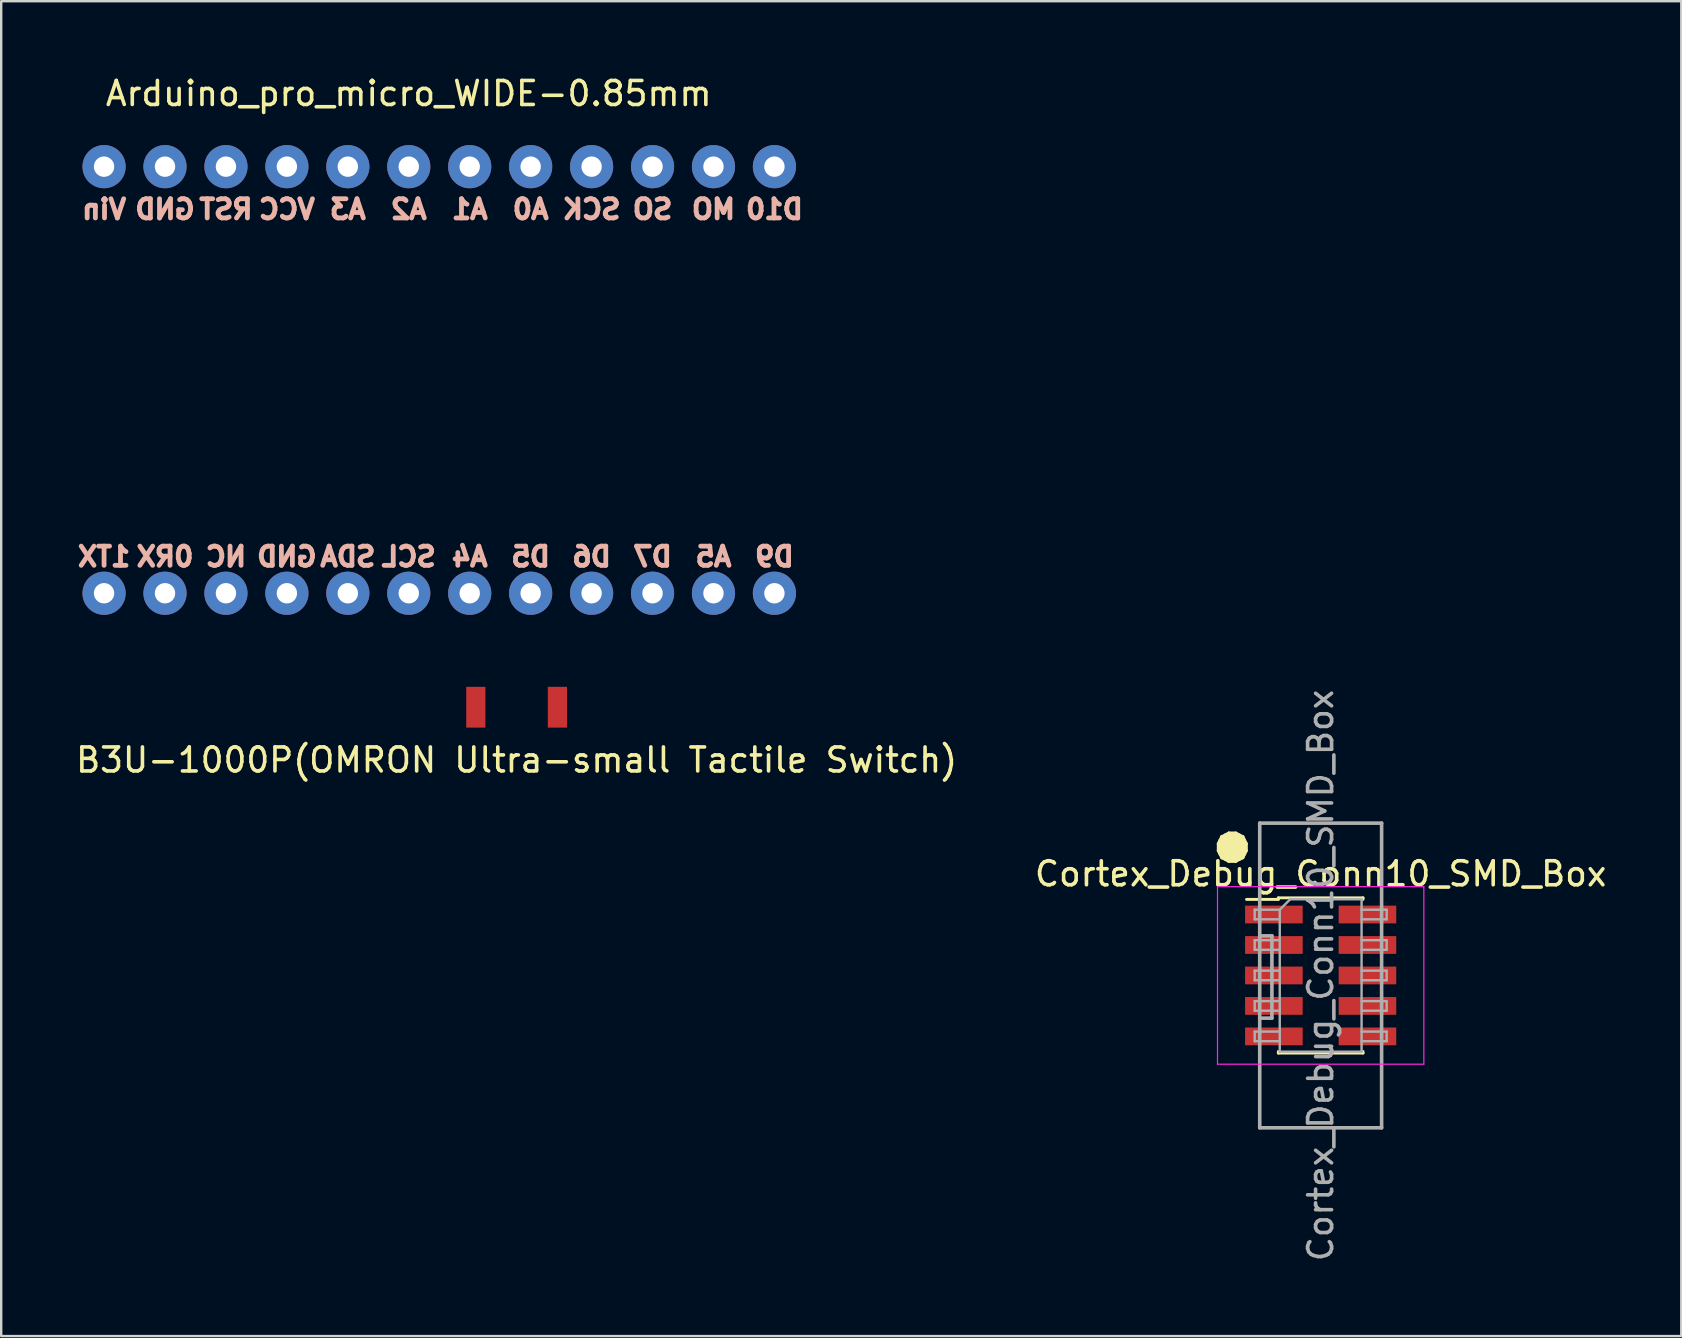
<source format=kicad_pcb>
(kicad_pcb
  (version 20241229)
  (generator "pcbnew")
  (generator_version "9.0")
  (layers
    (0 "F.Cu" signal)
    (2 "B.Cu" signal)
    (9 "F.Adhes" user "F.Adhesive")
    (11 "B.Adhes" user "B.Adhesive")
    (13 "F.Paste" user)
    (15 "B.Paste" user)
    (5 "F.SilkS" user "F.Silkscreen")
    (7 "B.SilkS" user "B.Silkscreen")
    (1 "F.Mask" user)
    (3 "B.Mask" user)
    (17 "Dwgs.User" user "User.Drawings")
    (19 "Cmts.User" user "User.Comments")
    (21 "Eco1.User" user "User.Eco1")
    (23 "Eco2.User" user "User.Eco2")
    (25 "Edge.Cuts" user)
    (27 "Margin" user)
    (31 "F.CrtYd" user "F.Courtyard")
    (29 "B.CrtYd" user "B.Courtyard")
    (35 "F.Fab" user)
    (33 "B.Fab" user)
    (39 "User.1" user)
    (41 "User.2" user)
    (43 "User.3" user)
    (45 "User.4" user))
  (footprint "Arduino_pro_micro_WIDE-0.85mm"
    (layer "F.Cu")
    (at 13.987 11.516)
    (property "Reference" "Arduino_pro_micro_WIDE-0.85mm" (at 0 -10.668 0) (layer "F.SilkS") (effects (font (size 1 1) (thickness 0.15))))
    (attr through_hole)
    (fp_text user "D5" (at 5.08 8.636 0) (layer "B.SilkS") (effects (font (size 0.8 0.8) (thickness 0.2)) (justify mirror)))
    (fp_text user "0RX" (at -10.16 8.636 0) (layer "B.SilkS") (effects (font (size 0.8 0.8) (thickness 0.2)) (justify mirror)))
    (fp_text user "D9" (at 15.24 8.636 0) (layer "B.SilkS") (effects (font (size 0.8 0.8) (thickness 0.2)) (justify mirror)))
    (fp_text user "A2" (at 0 -5.842 0) (layer "B.SilkS") (effects (font (size 0.8 0.8) (thickness 0.2)) (justify mirror)))
    (fp_text user "Vin" (at -12.7 -5.842 0) (layer "B.SilkS") (effects (font (size 0.8 0.8) (thickness 0.2)) (justify mirror)))
    (fp_text user "VCC" (at -5.08 -5.842 0) (layer "B.SilkS") (effects (font (size 0.8 0.8) (thickness 0.2)) (justify mirror)))
    (fp_text user "SO" (at 10.16 -5.842 0) (layer "B.SilkS") (effects (font (size 0.8 0.8) (thickness 0.2)) (justify mirror)))
    (fp_text user "NC" (at -7.62 8.636 0) (layer "B.SilkS") (effects (font (size 0.8 0.8) (thickness 0.2)) (justify mirror)))
    (fp_text user "RST" (at -7.62 -5.842 0) (layer "B.SilkS") (effects (font (size 0.8 0.8) (thickness 0.2)) (justify mirror)))
    (fp_text user "SCK" (at 7.62 -5.842 0) (layer "B.SilkS") (effects (font (size 0.8 0.8) (thickness 0.2)) (justify mirror)))
    (fp_text user "D6" (at 7.62 8.636 0) (layer "B.SilkS") (effects (font (size 0.8 0.8) (thickness 0.2)) (justify mirror)))
    (fp_text user "D7" (at 10.16 8.636 0) (layer "B.SilkS") (effects (font (size 0.8 0.8) (thickness 0.2)) (justify mirror)))
    (fp_text user "A5" (at 12.7 8.636 0) (layer "B.SilkS") (effects (font (size 0.8 0.8) (thickness 0.2)) (justify mirror)))
    (fp_text user "A3" (at -2.54 -5.842 0) (layer "B.SilkS") (effects (font (size 0.8 0.8) (thickness 0.2)) (justify mirror)))
    (fp_text user "MO" (at 12.7 -5.842 0) (layer "B.SilkS") (effects (font (size 0.8 0.8) (thickness 0.2)) (justify mirror)))
    (fp_text user "A1" (at 2.54 -5.842 0) (layer "B.SilkS") (effects (font (size 0.8 0.8) (thickness 0.2)) (justify mirror)))
    (fp_text user "GND" (at -5.08 8.636 0) (layer "B.SilkS") (effects (font (size 0.8 0.8) (thickness 0.2)) (justify mirror)))
    (fp_text user "A4" (at 2.54 8.636 0) (layer "B.SilkS") (effects (font (size 0.8 0.8) (thickness 0.2)) (justify mirror)))
    (fp_text user "A0" (at 5.08 -5.842 0) (layer "B.SilkS") (effects (font (size 0.8 0.8) (thickness 0.2)) (justify mirror)))
    (fp_text user "SCL" (at 0 8.636 0) (layer "B.SilkS") (effects (font (size 0.8 0.8) (thickness 0.2)) (justify mirror)))
    (fp_text user "1TX" (at -12.7 8.636 0) (layer "B.SilkS") (effects (font (size 0.8 0.8) (thickness 0.2)) (justify mirror)))
    (fp_text user "SDA" (at -2.54 8.636 0) (layer "B.SilkS") (effects (font (size 0.8 0.8) (thickness 0.2)) (justify mirror)))
    (fp_text user "GND" (at -10.16 -5.842 0) (layer "B.SilkS") (effects (font (size 0.8 0.8) (thickness 0.2)) (justify mirror)))
    (fp_text user "D10" (at 15.24 -5.842 0) (layer "B.SilkS") (effects (font (size 0.8 0.8) (thickness 0.2)) (justify mirror)))
    (pad "1" thru_hole circle (at -12.7 10.16) (size 1.8 1.8) (drill 0.85) (layers "*.Cu" "*.Mask"))
    (pad "2" thru_hole circle (at -10.16 10.16) (size 1.8 1.8) (drill 0.85) (layers "*.Cu" "*.Mask"))
    (pad "3" thru_hole circle (at -7.62 10.16) (size 1.8 1.8) (drill 0.85) (layers "*.Cu" "*.Mask"))
    (pad "4" thru_hole circle (at -5.08 10.16) (size 1.8 1.8) (drill 0.85) (layers "*.Cu" "*.Mask"))
    (pad "5" thru_hole circle (at -2.54 10.16) (size 1.8 1.8) (drill 0.85) (layers "*.Cu" "*.Mask"))
    (pad "6" thru_hole circle (at 0 10.16) (size 1.8 1.8) (drill 0.85) (layers "*.Cu" "*.Mask"))
    (pad "7" thru_hole circle (at 2.54 10.16) (size 1.8 1.8) (drill 0.85) (layers "*.Cu" "*.Mask"))
    (pad "8" thru_hole circle (at 5.08 10.16) (size 1.8 1.8) (drill 0.85) (layers "*.Cu" "*.Mask"))
    (pad "9" thru_hole circle (at 7.62 10.16) (size 1.8 1.8) (drill 0.85) (layers "*.Cu" "*.Mask"))
    (pad "10" thru_hole circle (at 10.16 10.16) (size 1.8 1.8) (drill 0.85) (layers "*.Cu" "*.Mask"))
    (pad "11" thru_hole circle (at 12.7 10.16) (size 1.8 1.8) (drill 0.85) (layers "*.Cu" "*.Mask"))
    (pad "12" thru_hole circle (at 15.24 10.16) (size 1.8 1.8) (drill 0.85) (layers "*.Cu" "*.Mask"))
    (pad "13" thru_hole circle (at 15.24 -7.62) (size 1.8 1.8) (drill 0.85) (layers "*.Cu" "*.Mask"))
    (pad "14" thru_hole circle (at 12.7 -7.62) (size 1.8 1.8) (drill 0.85) (layers "*.Cu" "*.Mask"))
    (pad "15" thru_hole circle (at 10.16 -7.62) (size 1.8 1.8) (drill 0.85) (layers "*.Cu" "*.Mask"))
    (pad "16" thru_hole circle (at 7.62 -7.62) (size 1.8 1.8) (drill 0.85) (layers "*.Cu" "*.Mask"))
    (pad "17" thru_hole circle (at 5.08 -7.62) (size 1.8 1.8) (drill 0.85) (layers "*.Cu" "*.Mask"))
    (pad "18" thru_hole circle (at 2.54 -7.62) (size 1.8 1.8) (drill 0.85) (layers "*.Cu" "*.Mask"))
    (pad "19" thru_hole circle (at 0 -7.62) (size 1.8 1.8) (drill 0.85) (layers "*.Cu" "*.Mask"))
    (pad "20" thru_hole circle (at -2.54 -7.62) (size 1.8 1.8) (drill 0.85) (layers "*.Cu" "*.Mask"))
    (pad "21" thru_hole circle (at -5.08 -7.62) (size 1.8 1.8) (drill 0.85) (layers "*.Cu" "*.Mask"))
    (pad "22" thru_hole circle (at -7.62 -7.62) (size 1.8 1.8) (drill 0.85) (layers "*.Cu" "*.Mask"))
    (pad "23" thru_hole circle (at -10.16 -7.62) (size 1.8 1.8) (drill 0.85) (layers "*.Cu" "*.Mask"))
    (pad "24" thru_hole circle (at -12.7 -7.62) (size 1.8 1.8) (drill 0.85) (layers "*.Cu" "*.Mask")))
  (footprint "Cortex_Debug_Conn10_SMD_Box"
    (layer "F.Cu")
    (at 51.994 37.606)
    (property "Reference" "Cortex_Debug_Conn10_SMD_Box" (at 0 -4.235 0) (layer "F.SilkS") (effects (font (size 1 1) (thickness 0.15))))
    (attr smd)
    (fp_line (start -3.09 -3.17) (end -1.765 -3.17) (stroke (width 0.12) (type solid)) (layer "F.SilkS"))
    (fp_line (start -1.765 -3.235) (end -1.765 -3.17) (stroke (width 0.12) (type solid)) (layer "F.SilkS"))
    (fp_line (start -1.765 -3.235) (end 1.765 -3.235) (stroke (width 0.12) (type solid)) (layer "F.SilkS"))
    (fp_line (start -1.765 3.17) (end -1.765 3.235) (stroke (width 0.12) (type solid)) (layer "F.SilkS"))
    (fp_line (start -1.765 3.235) (end 1.765 3.235) (stroke (width 0.12) (type solid)) (layer "F.SilkS"))
    (fp_line (start 1.765 -3.235) (end 1.765 -3.17) (stroke (width 0.12) (type solid)) (layer "F.SilkS"))
    (fp_line (start 1.765 3.17) (end 1.765 3.235) (stroke (width 0.12) (type solid)) (layer "F.SilkS"))
    (fp_line (start -4.3 -3.7) (end -4.3 3.7) (stroke (width 0.05) (type solid)) (layer "F.CrtYd"))
    (fp_line (start -4.3 3.7) (end 4.3 3.7) (stroke (width 0.05) (type solid)) (layer "F.CrtYd"))
    (fp_line (start 4.3 -3.7) (end -4.3 -3.7) (stroke (width 0.05) (type solid)) (layer "F.CrtYd"))
    (fp_line (start 4.3 3.7) (end 4.3 -3.7) (stroke (width 0.05) (type solid)) (layer "F.CrtYd"))
    (fp_line (start -2.75 -2.74) (end -2.75 -2.34) (stroke (width 0.1) (type solid)) (layer "F.Fab"))
    (fp_line (start -2.75 -2.34) (end -1.705 -2.34) (stroke (width 0.1) (type solid)) (layer "F.Fab"))
    (fp_line (start -2.75 -1.47) (end -2.75 -1.07) (stroke (width 0.1) (type solid)) (layer "F.Fab"))
    (fp_line (start -2.75 -1.07) (end -1.705 -1.07) (stroke (width 0.1) (type solid)) (layer "F.Fab"))
    (fp_line (start -2.75 -0.2) (end -2.75 0.2) (stroke (width 0.1) (type solid)) (layer "F.Fab"))
    (fp_line (start -2.75 0.2) (end -1.705 0.2) (stroke (width 0.1) (type solid)) (layer "F.Fab"))
    (fp_line (start -2.75 1.07) (end -2.75 1.47) (stroke (width 0.1) (type solid)) (layer "F.Fab"))
    (fp_line (start -2.75 1.47) (end -1.705 1.47) (stroke (width 0.1) (type solid)) (layer "F.Fab"))
    (fp_line (start -2.75 2.34) (end -2.75 2.74) (stroke (width 0.1) (type solid)) (layer "F.Fab"))
    (fp_line (start -2.75 2.74) (end -1.705 2.74) (stroke (width 0.1) (type solid)) (layer "F.Fab"))
    (fp_line (start -2.54 -6.35) (end 2.54 -6.35) (stroke (width 0.15) (type solid)) (layer "F.Fab"))
    (fp_line (start -2.54 -1.651) (end -2.032 -1.651) (stroke (width 0.15) (type solid)) (layer "F.Fab"))
    (fp_line (start -2.54 6.35) (end -2.54 -6.35) (stroke (width 0.15) (type solid)) (layer "F.Fab"))
    (fp_line (start -2.032 -1.651) (end -2.032 1.778) (stroke (width 0.15) (type solid)) (layer "F.Fab"))
    (fp_line (start -2.032 1.778) (end -2.54 1.778) (stroke (width 0.15) (type solid)) (layer "F.Fab"))
    (fp_line (start -1.705 -2.74) (end -2.75 -2.74) (stroke (width 0.1) (type solid)) (layer "F.Fab"))
    (fp_line (start -1.705 -2.74) (end -1.27 -3.175) (stroke (width 0.1) (type solid)) (layer "F.Fab"))
    (fp_line (start -1.705 -1.47) (end -2.75 -1.47) (stroke (width 0.1) (type solid)) (layer "F.Fab"))
    (fp_line (start -1.705 -0.2) (end -2.75 -0.2) (stroke (width 0.1) (type solid)) (layer "F.Fab"))
    (fp_line (start -1.705 1.07) (end -2.75 1.07) (stroke (width 0.1) (type solid)) (layer "F.Fab"))
    (fp_line (start -1.705 2.34) (end -2.75 2.34) (stroke (width 0.1) (type solid)) (layer "F.Fab"))
    (fp_line (start -1.705 3.175) (end -1.705 -2.74) (stroke (width 0.1) (type solid)) (layer "F.Fab"))
    (fp_line (start -1.27 -3.175) (end 1.705 -3.175) (stroke (width 0.1) (type solid)) (layer "F.Fab"))
    (fp_line (start 1.705 -3.175) (end 1.705 3.175) (stroke (width 0.1) (type solid)) (layer "F.Fab"))
    (fp_line (start 1.705 -2.74) (end 2.75 -2.74) (stroke (width 0.1) (type solid)) (layer "F.Fab"))
    (fp_line (start 1.705 -1.47) (end 2.75 -1.47) (stroke (width 0.1) (type solid)) (layer "F.Fab"))
    (fp_line (start 1.705 -0.2) (end 2.75 -0.2) (stroke (width 0.1) (type solid)) (layer "F.Fab"))
    (fp_line (start 1.705 1.07) (end 2.75 1.07) (stroke (width 0.1) (type solid)) (layer "F.Fab"))
    (fp_line (start 1.705 2.34) (end 2.75 2.34) (stroke (width 0.1) (type solid)) (layer "F.Fab"))
    (fp_line (start 1.705 3.175) (end -1.705 3.175) (stroke (width 0.1) (type solid)) (layer "F.Fab"))
    (fp_line (start 2.54 -6.35) (end 2.54 6.35) (stroke (width 0.15) (type solid)) (layer "F.Fab"))
    (fp_line (start 2.54 6.35) (end -2.54 6.35) (stroke (width 0.15) (type solid)) (layer "F.Fab"))
    (fp_line (start 2.75 -2.74) (end 2.75 -2.34) (stroke (width 0.1) (type solid)) (layer "F.Fab"))
    (fp_line (start 2.75 -2.34) (end 1.705 -2.34) (stroke (width 0.1) (type solid)) (layer "F.Fab"))
    (fp_line (start 2.75 -1.47) (end 2.75 -1.07) (stroke (width 0.1) (type solid)) (layer "F.Fab"))
    (fp_line (start 2.75 -1.07) (end 1.705 -1.07) (stroke (width 0.1) (type solid)) (layer "F.Fab"))
    (fp_line (start 2.75 -0.2) (end 2.75 0.2) (stroke (width 0.1) (type solid)) (layer "F.Fab"))
    (fp_line (start 2.75 0.2) (end 1.705 0.2) (stroke (width 0.1) (type solid)) (layer "F.Fab"))
    (fp_line (start 2.75 1.07) (end 2.75 1.47) (stroke (width 0.1) (type solid)) (layer "F.Fab"))
    (fp_line (start 2.75 1.47) (end 1.705 1.47) (stroke (width 0.1) (type solid)) (layer "F.Fab"))
    (fp_line (start 2.75 2.34) (end 2.75 2.74) (stroke (width 0.1) (type solid)) (layer "F.Fab"))
    (fp_line (start 2.75 2.74) (end 1.705 2.74) (stroke (width 0.1) (type solid)) (layer "F.Fab"))
    (fp_text user "●" (at -3.683 -5.461 0) (layer "F.SilkS") (effects (font (size 1.5 1.5) (thickness 0.15))))
    (fp_text user "${REFERENCE}" (at 0 0 90) (layer "F.Fab") (effects (font (size 1 1) (thickness 0.15))))
    (pad "1" smd rect (at -1.95 -2.54) (size 2.4 0.74) (layers "F.Cu" "F.Mask" "F.Paste"))
    (pad "2" smd rect (at 1.95 -2.54) (size 2.4 0.74) (layers "F.Cu" "F.Mask" "F.Paste"))
    (pad "3" smd rect (at -1.95 -1.27) (size 2.4 0.74) (layers "F.Cu" "F.Mask" "F.Paste"))
    (pad "4" smd rect (at 1.95 -1.27) (size 2.4 0.74) (layers "F.Cu" "F.Mask" "F.Paste"))
    (pad "5" smd rect (at -1.95 0) (size 2.4 0.74) (layers "F.Cu" "F.Mask" "F.Paste"))
    (pad "6" smd rect (at 1.95 0) (size 2.4 0.74) (layers "F.Cu" "F.Mask" "F.Paste"))
    (pad "7" smd rect (at -1.95 1.27) (size 2.4 0.74) (layers "F.Cu" "F.Mask" "F.Paste"))
    (pad "8" smd rect (at 1.95 1.27) (size 2.4 0.74) (layers "F.Cu" "F.Mask" "F.Paste"))
    (pad "9" smd rect (at -1.95 2.54) (size 2.4 0.74) (layers "F.Cu" "F.Mask" "F.Paste"))
    (pad "10" smd rect (at 1.95 2.54) (size 2.4 0.74) (layers "F.Cu" "F.Mask" "F.Paste")))
  (footprint "B3U-1000P(OMRON Ultra-small Tactile Switch)"
    (layer "F.Cu")
    (at 18.482 26.526)
    (property "Reference" "B3U-1000P(OMRON Ultra-small Tactile Switch)" (at 0 2.1 0) (layer "F.SilkS") (effects (font (size 1 1) (thickness 0.15))))
    (attr through_hole)
    (pad "1" smd rect (at -1.7 -0.1) (size 0.8 1.7) (layers "F.Cu" "F.Mask" "F.Paste"))
    (pad "2" smd rect (at 1.7 -0.1) (size 0.8 1.7) (layers "F.Cu" "F.Mask" "F.Paste")))
  (gr_rect
    (start -3 -3)
    (end 67.024 52.636)
    (stroke (width 0.1) (type default))
    (fill no)
    (layer "Edge.Cuts")))
</source>
